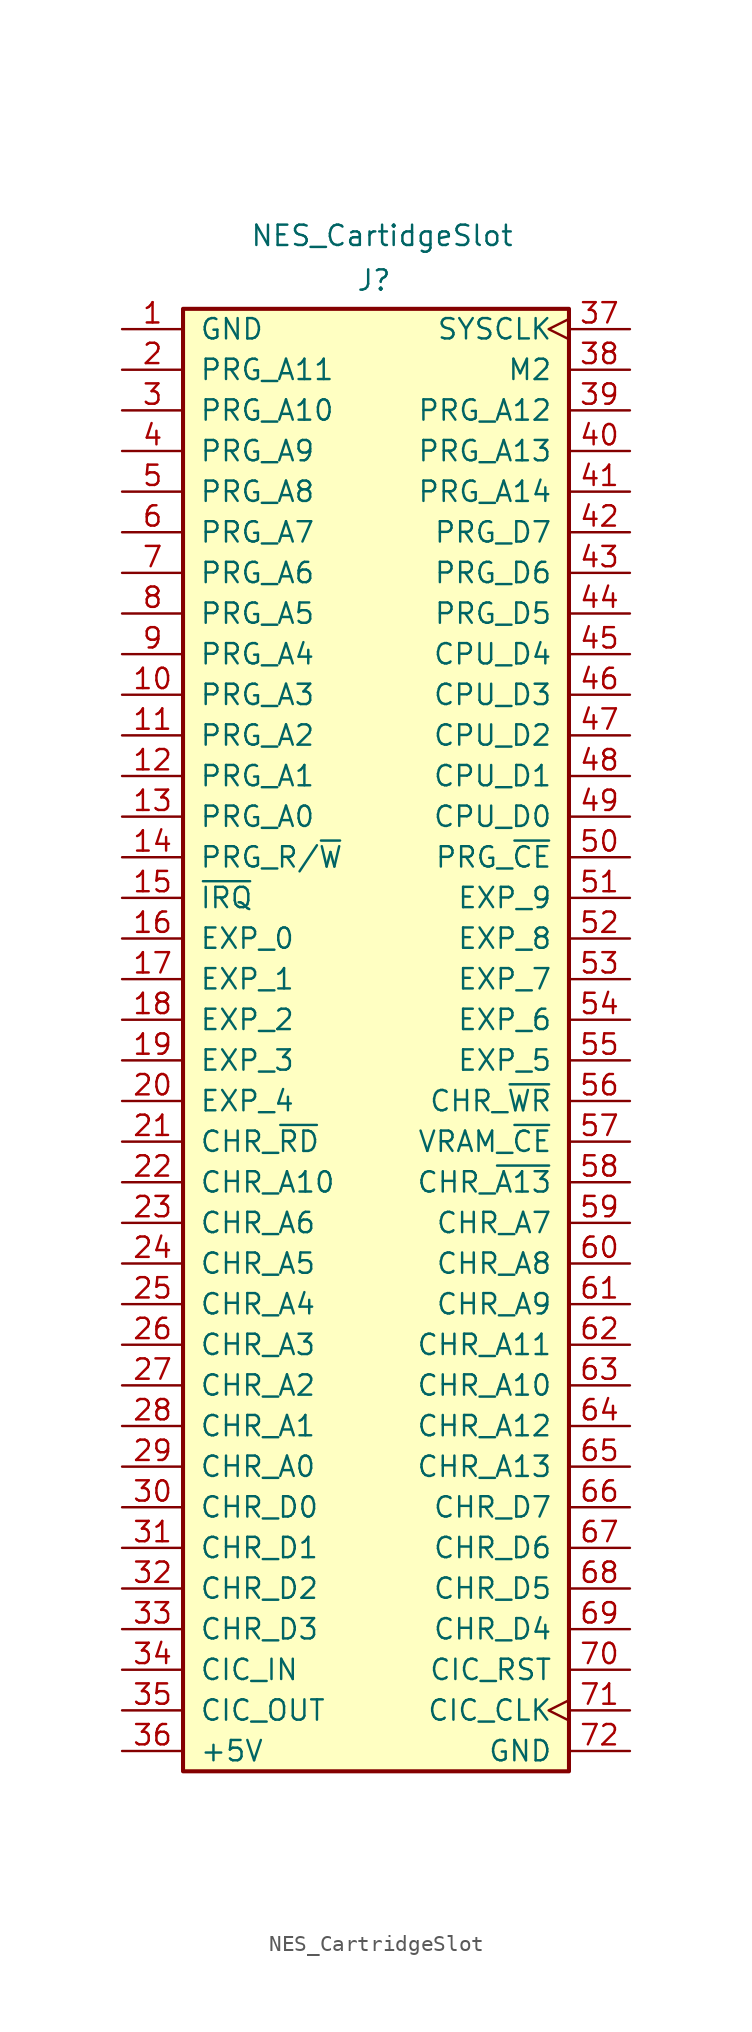
<source format=kicad_sym>
(kicad_symbol_lib
  (version 20241209)
  (generator "kicad_symbol_editor")
  (generator_version "9.0")
  (symbol "NES_CartridgeSlot"
    (pin_names
      (offset 1.016))
    (property "Reference" "J"
      (at -0.762 47.498 0)
      (effects (font (size 1.27 1.27))))
    (property "Value" "NES_CartidgeSlot"
      (at -0.254 50.292 0)
      (effects (font (size 1.27 1.27))))
    (symbol "NES_CartridgeSlot_1_1"
      (rectangle (start -12.7 45.72) (end 11.43 -45.72) (stroke (width 0.254) (type default)) (fill (type background)))
      (pin power_in line (at -16.51 44.45 0) (length 3.81) (name "GND" (effects (font (size 1.27 1.27)))) (number "1" (effects (font (size 1.27 1.27)))))
      (pin bidirectional line (at -16.51 41.91 0) (length 3.81) (name "PRG_A11" (effects (font (size 1.27 1.27)))) (number "2" (effects (font (size 1.27 1.27)))))
      (pin bidirectional line (at -16.51 39.37 0) (length 3.81) (name "PRG_A10" (effects (font (size 1.27 1.27)))) (number "3" (effects (font (size 1.27 1.27)))))
      (pin bidirectional line (at -16.51 36.83 0) (length 3.81) (name "PRG_A9" (effects (font (size 1.27 1.27)))) (number "4" (effects (font (size 1.27 1.27)))))
      (pin bidirectional line (at -16.51 34.29 0) (length 3.81) (name "PRG_A8" (effects (font (size 1.27 1.27)))) (number "5" (effects (font (size 1.27 1.27)))))
      (pin bidirectional line (at -16.51 31.75 0) (length 3.81) (name "PRG_A7" (effects (font (size 1.27 1.27)))) (number "6" (effects (font (size 1.27 1.27)))))
      (pin bidirectional line (at -16.51 29.21 0) (length 3.81) (name "PRG_A6" (effects (font (size 1.27 1.27)))) (number "7" (effects (font (size 1.27 1.27)))))
      (pin bidirectional line (at -16.51 26.67 0) (length 3.81) (name "PRG_A5" (effects (font (size 1.27 1.27)))) (number "8" (effects (font (size 1.27 1.27)))))
      (pin bidirectional line (at -16.51 24.13 0) (length 3.81) (name "PRG_A4" (effects (font (size 1.27 1.27)))) (number "9" (effects (font (size 1.27 1.27)))))
      (pin bidirectional line (at -16.51 21.59 0) (length 3.81) (name "PRG_A3" (effects (font (size 1.27 1.27)))) (number "10" (effects (font (size 1.27 1.27)))))
      (pin bidirectional line (at -16.51 19.05 0) (length 3.81) (name "PRG_A2" (effects (font (size 1.27 1.27)))) (number "11" (effects (font (size 1.27 1.27)))))
      (pin bidirectional line (at -16.51 16.51 0) (length 3.81) (name "PRG_A1" (effects (font (size 1.27 1.27)))) (number "12" (effects (font (size 1.27 1.27)))))
      (pin bidirectional line (at -16.51 13.97 0) (length 3.81) (name "PRG_A0" (effects (font (size 1.27 1.27)))) (number "13" (effects (font (size 1.27 1.27)))))
      (pin input line (at -16.51 11.43 0) (length 3.81) (name "PRG_R/~{W}" (effects (font (size 1.27 1.27)))) (number "14" (effects (font (size 1.27 1.27)))))
      (pin passive line (at -16.51 8.89 0) (length 3.81) (name "~{IRQ}" (effects (font (size 1.27 1.27)))) (number "15" (effects (font (size 1.27 1.27)))))
      (pin passive line (at -16.51 6.35 0) (length 3.81) (name "EXP_0" (effects (font (size 1.27 1.27)))) (number "16" (effects (font (size 1.27 1.27)))))
      (pin passive line (at -16.51 3.81 0) (length 3.81) (name "EXP_1" (effects (font (size 1.27 1.27)))) (number "17" (effects (font (size 1.27 1.27)))))
      (pin passive line (at -16.51 1.27 0) (length 3.81) (name "EXP_2" (effects (font (size 1.27 1.27)))) (number "18" (effects (font (size 1.27 1.27)))))
      (pin passive line (at -16.51 -1.27 0) (length 3.81) (name "EXP_3" (effects (font (size 1.27 1.27)))) (number "19" (effects (font (size 1.27 1.27)))))
      (pin passive line (at -16.51 -3.81 0) (length 3.81) (name "EXP_4" (effects (font (size 1.27 1.27)))) (number "20" (effects (font (size 1.27 1.27)))))
      (pin input line (at -16.51 -6.35 0) (length 3.81) (name "CHR_~{RD}" (effects (font (size 1.27 1.27)))) (number "21" (effects (font (size 1.27 1.27)))))
      (pin bidirectional line (at -16.51 -8.89 0) (length 3.81) (name "CHR_A10" (effects (font (size 1.27 1.27)))) (number "22" (effects (font (size 1.27 1.27)))))
      (pin bidirectional line (at -16.51 -11.43 0) (length 3.81) (name "CHR_A6" (effects (font (size 1.27 1.27)))) (number "23" (effects (font (size 1.27 1.27)))))
      (pin bidirectional line (at -16.51 -13.97 0) (length 3.81) (name "CHR_A5" (effects (font (size 1.27 1.27)))) (number "24" (effects (font (size 1.27 1.27)))))
      (pin bidirectional line (at -16.51 -16.51 0) (length 3.81) (name "CHR_A4" (effects (font (size 1.27 1.27)))) (number "25" (effects (font (size 1.27 1.27)))))
      (pin bidirectional line (at -16.51 -19.05 0) (length 3.81) (name "CHR_A3" (effects (font (size 1.27 1.27)))) (number "26" (effects (font (size 1.27 1.27)))))
      (pin bidirectional line (at -16.51 -21.59 0) (length 3.81) (name "CHR_A2" (effects (font (size 1.27 1.27)))) (number "27" (effects (font (size 1.27 1.27)))))
      (pin bidirectional line (at -16.51 -24.13 0) (length 3.81) (name "CHR_A1" (effects (font (size 1.27 1.27)))) (number "28" (effects (font (size 1.27 1.27)))))
      (pin bidirectional line (at -16.51 -26.67 0) (length 3.81) (name "CHR_A0" (effects (font (size 1.27 1.27)))) (number "29" (effects (font (size 1.27 1.27)))))
      (pin bidirectional line (at -16.51 -29.21 0) (length 3.81) (name "CHR_D0" (effects (font (size 1.27 1.27)))) (number "30" (effects (font (size 1.27 1.27)))))
      (pin bidirectional line (at -16.51 -31.75 0) (length 3.81) (name "CHR_D1" (effects (font (size 1.27 1.27)))) (number "31" (effects (font (size 1.27 1.27)))))
      (pin bidirectional line (at -16.51 -34.29 0) (length 3.81) (name "CHR_D2" (effects (font (size 1.27 1.27)))) (number "32" (effects (font (size 1.27 1.27)))))
      (pin bidirectional line (at -16.51 -36.83 0) (length 3.81) (name "CHR_D3" (effects (font (size 1.27 1.27)))) (number "33" (effects (font (size 1.27 1.27)))))
      (pin input line (at -16.51 -39.37 0) (length 3.81) (name "CIC_IN" (effects (font (size 1.27 1.27)))) (number "34" (effects (font (size 1.27 1.27)))))
      (pin output line (at -16.51 -41.91 0) (length 3.81) (name "CIC_OUT" (effects (font (size 1.27 1.27)))) (number "35" (effects (font (size 1.27 1.27)))))
      (pin power_in line (at -16.51 -44.45 0) (length 3.81) (name "+5V" (effects (font (size 1.27 1.27)))) (number "36" (effects (font (size 1.27 1.27)))))
      (pin input clock (at 15.24 44.45 180) (length 3.81) (name "SYSCLK" (effects (font (size 1.27 1.27)))) (number "37" (effects (font (size 1.27 1.27)))))
      (pin output line (at 15.24 41.91 180) (length 3.81) (name "M2" (effects (font (size 1.27 1.27)))) (number "38" (effects (font (size 1.27 1.27)))))
      (pin bidirectional line (at 15.24 39.37 180) (length 3.81) (name "PRG_A12" (effects (font (size 1.27 1.27)))) (number "39" (effects (font (size 1.27 1.27)))))
      (pin bidirectional line (at 15.24 36.83 180) (length 3.81) (name "PRG_A13" (effects (font (size 1.27 1.27)))) (number "40" (effects (font (size 1.27 1.27)))))
      (pin bidirectional line (at 15.24 34.29 180) (length 3.81) (name "PRG_A14" (effects (font (size 1.27 1.27)))) (number "41" (effects (font (size 1.27 1.27)))))
      (pin bidirectional line (at 15.24 31.75 180) (length 3.81) (name "PRG_D7" (effects (font (size 1.27 1.27)))) (number "42" (effects (font (size 1.27 1.27)))))
      (pin bidirectional line (at 15.24 29.21 180) (length 3.81) (name "PRG_D6" (effects (font (size 1.27 1.27)))) (number "43" (effects (font (size 1.27 1.27)))))
      (pin bidirectional line (at 15.24 26.67 180) (length 3.81) (name "PRG_D5" (effects (font (size 1.27 1.27)))) (number "44" (effects (font (size 1.27 1.27)))))
      (pin bidirectional line (at 15.24 24.13 180) (length 3.81) (name "CPU_D4" (effects (font (size 1.27 1.27)))) (number "45" (effects (font (size 1.27 1.27)))))
      (pin bidirectional line (at 15.24 21.59 180) (length 3.81) (name "CPU_D3" (effects (font (size 1.27 1.27)))) (number "46" (effects (font (size 1.27 1.27)))))
      (pin bidirectional line (at 15.24 19.05 180) (length 3.81) (name "CPU_D2" (effects (font (size 1.27 1.27)))) (number "47" (effects (font (size 1.27 1.27)))))
      (pin bidirectional line (at 15.24 16.51 180) (length 3.81) (name "CPU_D1" (effects (font (size 1.27 1.27)))) (number "48" (effects (font (size 1.27 1.27)))))
      (pin bidirectional line (at 15.24 13.97 180) (length 3.81) (name "CPU_D0" (effects (font (size 1.27 1.27)))) (number "49" (effects (font (size 1.27 1.27)))))
      (pin input line (at 15.24 11.43 180) (length 3.81) (name "PRG_~{CE}" (effects (font (size 1.27 1.27)))) (number "50" (effects (font (size 1.27 1.27)))))
      (pin passive line (at 15.24 8.89 180) (length 3.81) (name "EXP_9" (effects (font (size 1.27 1.27)))) (number "51" (effects (font (size 1.27 1.27)))))
      (pin passive line (at 15.24 6.35 180) (length 3.81) (name "EXP_8" (effects (font (size 1.27 1.27)))) (number "52" (effects (font (size 1.27 1.27)))))
      (pin passive line (at 15.24 3.81 180) (length 3.81) (name "EXP_7" (effects (font (size 1.27 1.27)))) (number "53" (effects (font (size 1.27 1.27)))))
      (pin passive line (at 15.24 1.27 180) (length 3.81) (name "EXP_6" (effects (font (size 1.27 1.27)))) (number "54" (effects (font (size 1.27 1.27)))))
      (pin passive line (at 15.24 -1.27 180) (length 3.81) (name "EXP_5" (effects (font (size 1.27 1.27)))) (number "55" (effects (font (size 1.27 1.27)))))
      (pin input line (at 15.24 -3.81 180) (length 3.81) (name "CHR_~{WR}" (effects (font (size 1.27 1.27)))) (number "56" (effects (font (size 1.27 1.27)))))
      (pin output line (at 15.24 -6.35 180) (length 3.81) (name "VRAM_~{CE}" (effects (font (size 1.27 1.27)))) (number "57" (effects (font (size 1.27 1.27)))))
      (pin input line (at 15.24 -8.89 180) (length 3.81) (name "CHR_~{A13}" (effects (font (size 1.27 1.27)))) (number "58" (effects (font (size 1.27 1.27)))))
      (pin input line (at 15.24 -11.43 180) (length 3.81) (name "CHR_A7" (effects (font (size 1.27 1.27)))) (number "59" (effects (font (size 1.27 1.27)))))
      (pin input line (at 15.24 -13.97 180) (length 3.81) (name "CHR_A8" (effects (font (size 1.27 1.27)))) (number "60" (effects (font (size 1.27 1.27)))))
      (pin input line (at 15.24 -16.51 180) (length 3.81) (name "CHR_A9" (effects (font (size 1.27 1.27)))) (number "61" (effects (font (size 1.27 1.27)))))
      (pin input line (at 15.24 -19.05 180) (length 3.81) (name "CHR_A11" (effects (font (size 1.27 1.27)))) (number "62" (effects (font (size 1.27 1.27)))))
      (pin input line (at 15.24 -21.59 180) (length 3.81) (name "CHR_A10" (effects (font (size 1.27 1.27)))) (number "63" (effects (font (size 1.27 1.27)))))
      (pin input line (at 15.24 -24.13 180) (length 3.81) (name "CHR_A12" (effects (font (size 1.27 1.27)))) (number "64" (effects (font (size 1.27 1.27)))))
      (pin input line (at 15.24 -26.67 180) (length 3.81) (name "CHR_A13" (effects (font (size 1.27 1.27)))) (number "65" (effects (font (size 1.27 1.27)))))
      (pin bidirectional line (at 15.24 -29.21 180) (length 3.81) (name "CHR_D7" (effects (font (size 1.27 1.27)))) (number "66" (effects (font (size 1.27 1.27)))))
      (pin bidirectional line (at 15.24 -31.75 180) (length 3.81) (name "CHR_D6" (effects (font (size 1.27 1.27)))) (number "67" (effects (font (size 1.27 1.27)))))
      (pin bidirectional line (at 15.24 -34.29 180) (length 3.81) (name "CHR_D5" (effects (font (size 1.27 1.27)))) (number "68" (effects (font (size 1.27 1.27)))))
      (pin bidirectional line (at 15.24 -36.83 180) (length 3.81) (name "CHR_D4" (effects (font (size 1.27 1.27)))) (number "69" (effects (font (size 1.27 1.27)))))
      (pin input line (at 15.24 -39.37 180) (length 3.81) (name "CIC_RST" (effects (font (size 1.27 1.27)))) (number "70" (effects (font (size 1.27 1.27)))))
      (pin input clock (at 15.24 -41.91 180) (length 3.81) (name "CIC_CLK" (effects (font (size 1.27 1.27)))) (number "71" (effects (font (size 1.27 1.27)))))
      (pin power_in line (at 15.24 -44.45 180) (length 3.81) (name "GND" (effects (font (size 1.27 1.27)))) (number "72" (effects (font (size 1.27 1.27))))))))
</source>
